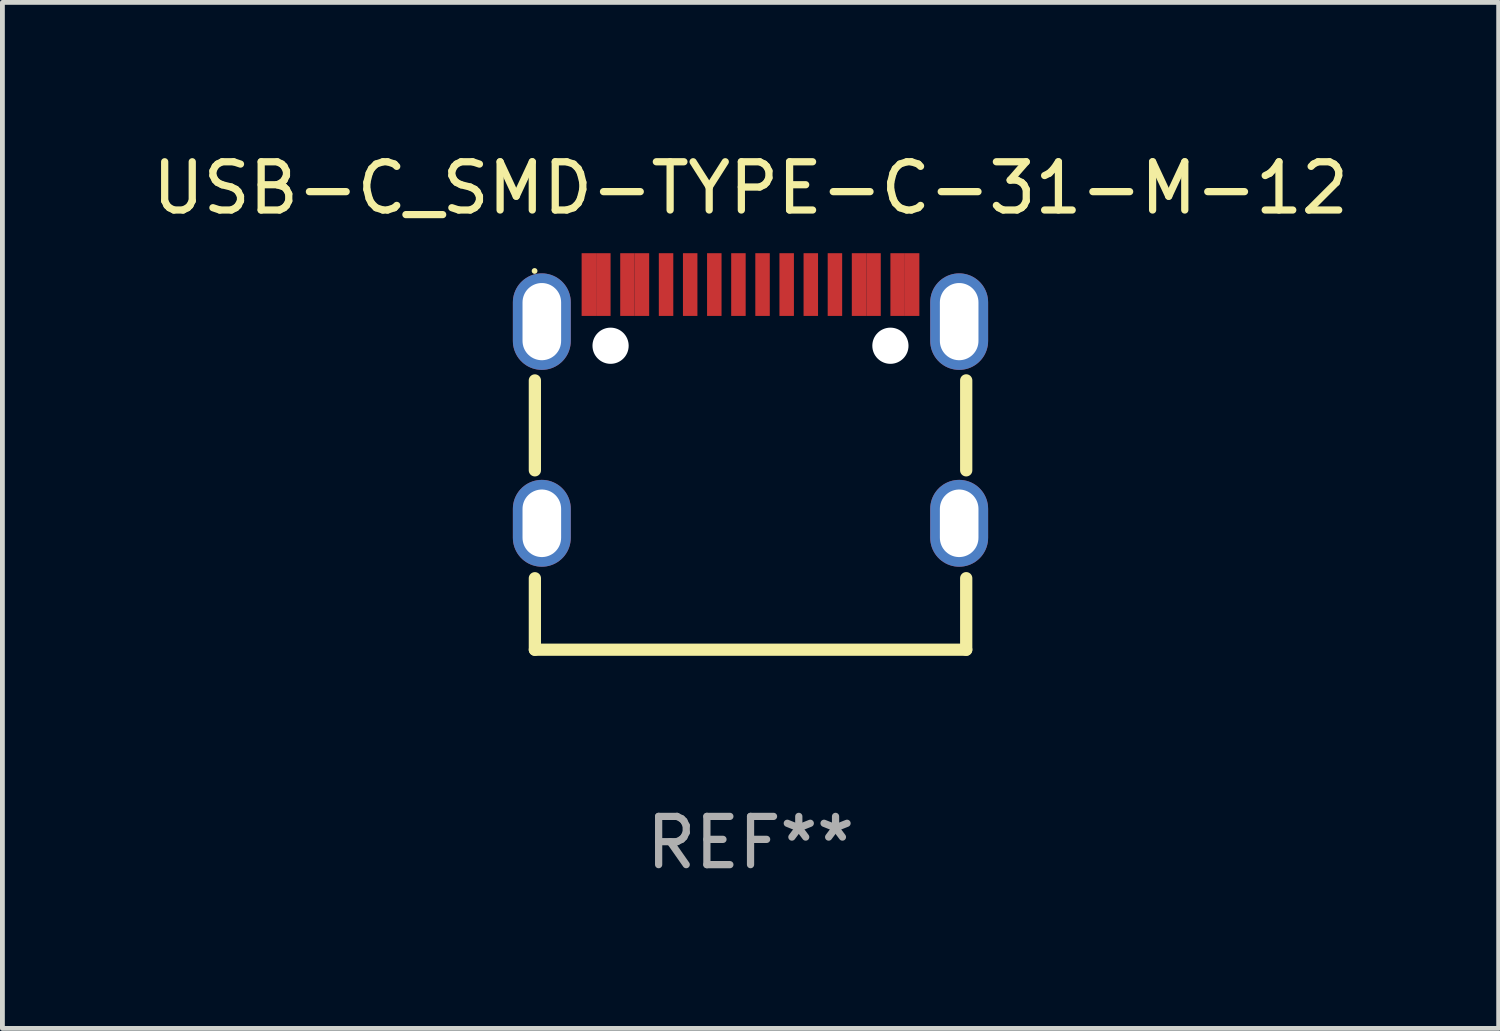
<source format=kicad_pcb>
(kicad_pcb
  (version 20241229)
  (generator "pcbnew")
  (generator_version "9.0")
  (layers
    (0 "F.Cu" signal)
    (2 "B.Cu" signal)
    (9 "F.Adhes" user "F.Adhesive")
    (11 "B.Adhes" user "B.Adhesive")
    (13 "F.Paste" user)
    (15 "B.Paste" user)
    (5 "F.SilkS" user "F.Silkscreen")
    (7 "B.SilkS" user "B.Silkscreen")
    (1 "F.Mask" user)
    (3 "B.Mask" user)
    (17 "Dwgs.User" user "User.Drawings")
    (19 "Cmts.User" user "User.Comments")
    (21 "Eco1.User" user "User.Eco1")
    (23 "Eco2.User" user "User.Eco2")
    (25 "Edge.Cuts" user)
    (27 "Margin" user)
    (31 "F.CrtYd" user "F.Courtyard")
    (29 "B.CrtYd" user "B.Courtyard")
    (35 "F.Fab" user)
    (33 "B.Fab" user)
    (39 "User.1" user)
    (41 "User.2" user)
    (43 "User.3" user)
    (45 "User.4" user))
  (footprint "USB-C_SMD-TYPE-C-31-M-12"
    (layer "F.Cu")
    (at 12.505 5.322)
    (property "Reference" "USB-C_SMD-TYPE-C-31-M-12" (at 0.001 -4.474 0) (layer "F.SilkS") (effects (font (size 1 1) (thickness 0.15))))
    (attr through_hole)
    (fp_line (start -4.469 1.376) (end -4.469 -0.487) (stroke (width 0.254) (type solid)) (layer "F.SilkS"))
    (fp_line (start -4.469 5.094) (end -4.469 3.613) (stroke (width 0.254) (type solid)) (layer "F.SilkS"))
    (fp_line (start 4.471 1.376) (end 4.471 -0.488) (stroke (width 0.254) (type solid)) (layer "F.SilkS"))
    (fp_line (start 4.471 5.094) (end -4.469 5.094) (stroke (width 0.254) (type solid)) (layer "F.SilkS"))
    (fp_line (start 4.471 5.094) (end 4.471 3.612) (stroke (width 0.254) (type solid)) (layer "F.SilkS"))
    (fp_circle (center -4.475 -2.756) (end -4.445 -2.756) (stroke (width 0.06) (type solid)) (fill no) (layer "F.SilkS"))
    (fp_circle (center -2.9 -1.206) (end -2.775 -1.206) (stroke (width 0.25) (type solid)) (fill no) (layer "F.Fab"))
    (fp_circle (center 2.9 -1.206) (end 3.025 -1.206) (stroke (width 0.25) (type solid)) (fill no) (layer "F.Fab"))
    (fp_text user "REF**" (at 0.001 9.094 0) (layer "F.Fab") (effects (font (size 1 1) (thickness 0.15))))
    (pad "" np_thru_hole circle (at -2.9 -1.206) (size 0.75 0.75) (drill 0.75) (layers "*.Cu" "*.Mask"))
    (pad "" np_thru_hole circle (at 2.9 -1.206) (size 0.75 0.75) (drill 0.75) (layers "*.Cu" "*.Mask"))
    (pad "0" thru_hole oval (at -4.325 -1.706) (size 1.2 2) (drill oval 0.8 1.6) (layers "*.Cu" "*.Mask"))
    (pad "1" thru_hole oval (at 4.325 -1.706) (size 1.2 2) (drill oval 0.8 1.6) (layers "*.Cu" "*.Mask"))
    (pad "2" thru_hole oval (at 4.325 2.474) (size 1.2 1.8) (drill oval 0.8 1.4) (layers "*.Cu" "*.Mask"))
    (pad "3" thru_hole oval (at -4.325 2.474) (size 1.2 1.8) (drill oval 0.8 1.4) (layers "*.Cu" "*.Mask"))
    (pad "A1" smd rect (at -3.35 -2.474) (size 0.3 1.3) (layers "F.Cu" "F.Mask" "F.Paste"))
    (pad "A4" smd rect (at -2.55 -2.474) (size 0.3 1.3) (layers "F.Cu" "F.Mask" "F.Paste"))
    (pad "A5" smd rect (at -1.25 -2.474) (size 0.3 1.3) (layers "F.Cu" "F.Mask" "F.Paste"))
    (pad "A6" smd rect (at -0.25 -2.474) (size 0.3 1.3) (layers "F.Cu" "F.Mask" "F.Paste"))
    (pad "A7" smd rect (at 0.25 -2.474) (size 0.3 1.3) (layers "F.Cu" "F.Mask" "F.Paste"))
    (pad "A8" smd rect (at 1.25 -2.474) (size 0.3 1.3) (layers "F.Cu" "F.Mask" "F.Paste"))
    (pad "A9" smd rect (at 2.55 -2.474) (size 0.3 1.3) (layers "F.Cu" "F.Mask" "F.Paste"))
    (pad "A12" smd rect (at 3.35 -2.474) (size 0.3 1.3) (layers "F.Cu" "F.Mask" "F.Paste"))
    (pad "B1" smd rect (at 3.05 -2.474) (size 0.3 1.3) (layers "F.Cu" "F.Mask" "F.Paste"))
    (pad "B4" smd rect (at 2.25 -2.474) (size 0.3 1.3) (layers "F.Cu" "F.Mask" "F.Paste"))
    (pad "B5" smd rect (at 1.75 -2.474) (size 0.3 1.3) (layers "F.Cu" "F.Mask" "F.Paste"))
    (pad "B6" smd rect (at 0.75 -2.474) (size 0.3 1.3) (layers "F.Cu" "F.Mask" "F.Paste"))
    (pad "B7" smd rect (at -0.75 -2.474) (size 0.3 1.3) (layers "F.Cu" "F.Mask" "F.Paste"))
    (pad "B8" smd rect (at -1.75 -2.474) (size 0.3 1.3) (layers "F.Cu" "F.Mask" "F.Paste"))
    (pad "B9" smd rect (at -2.25 -2.474) (size 0.3 1.3) (layers "F.Cu" "F.Mask" "F.Paste"))
    (pad "B12" smd rect (at -3.05 -2.474) (size 0.3 1.3) (layers "F.Cu" "F.Mask" "F.Paste")))
  (gr_rect
    (start -3 -3)
    (end 28.012 18.265)
    (stroke (width 0.1) (type default))
    (fill no)
    (layer "Edge.Cuts")))
</source>
